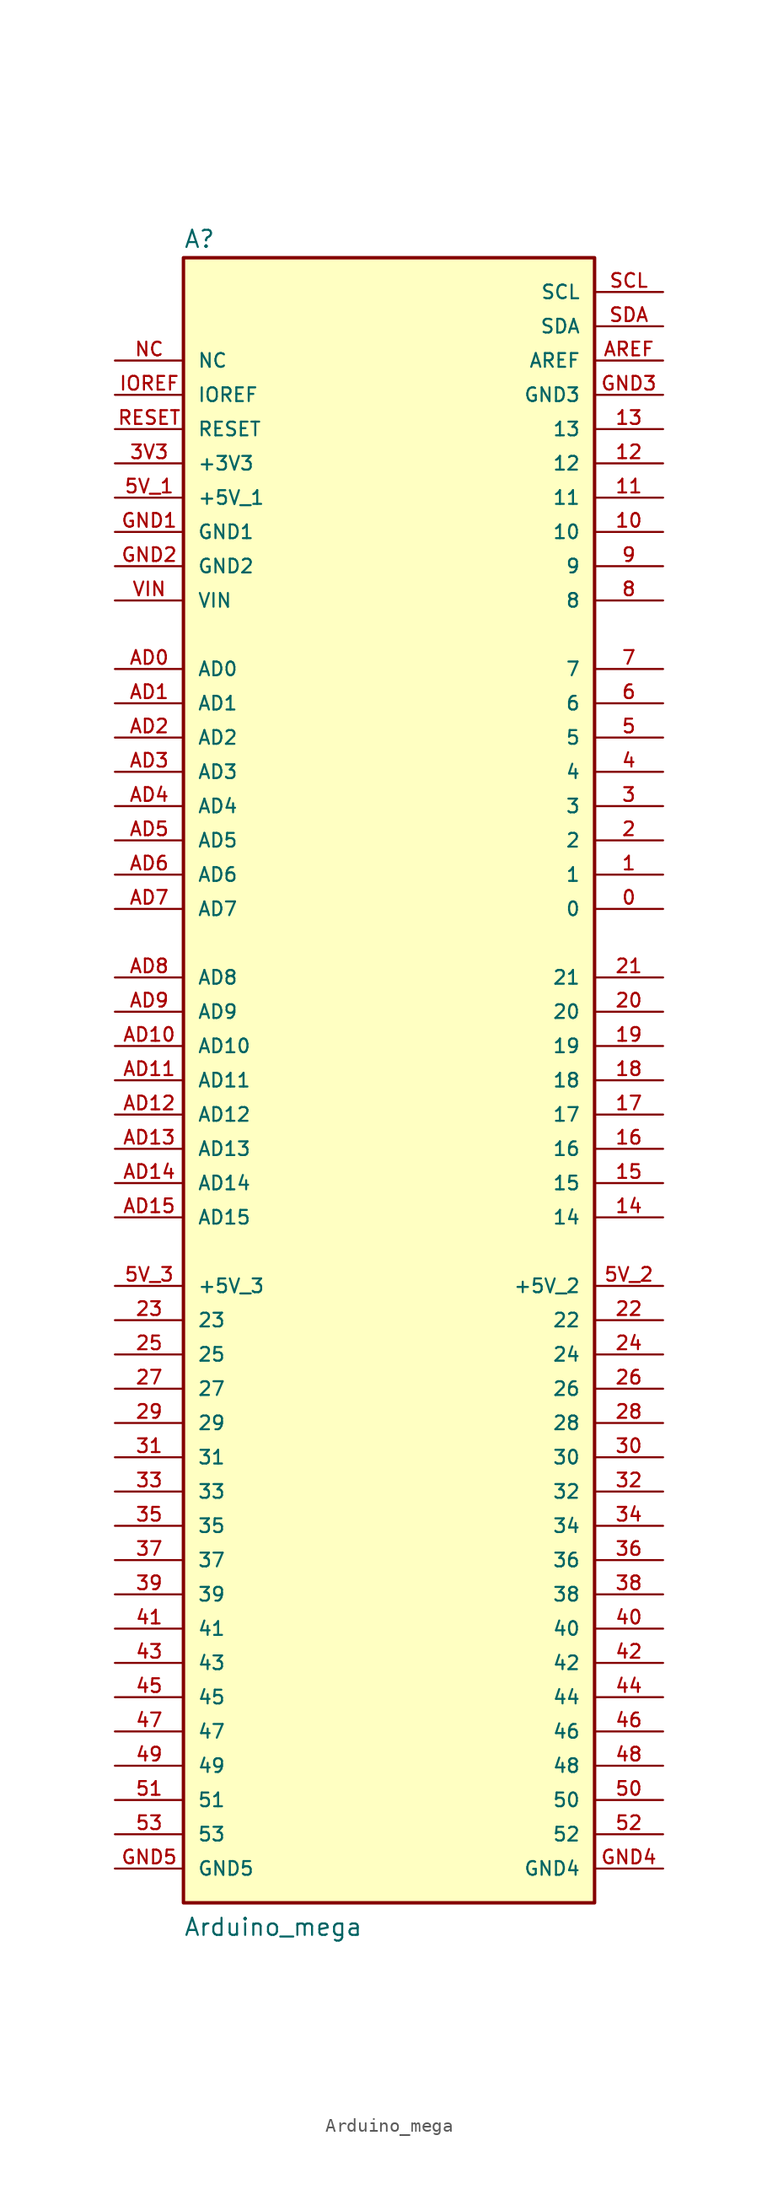
<source format=kicad_sym>
(kicad_symbol_lib
  (version 20211014)
  (generator kicad_symbol_editor)
  (symbol "Arduino_mega"
    (pin_names
      (offset 1.016))
    (property "Reference" "A"
      (at -15.24 61.595 0)
      (effects (font (size 1.27 1.27)) (justify left bottom)))
    (property "Value" "Arduino_mega"
      (at -15.24 -63.5 0)
      (effects (font (size 1.27 1.27)) (justify left bottom)))
    (symbol "Arduino_mega_0_0"
      (rectangle (start -15.24 -60.96) (end 15.24 60.96) (stroke (width 0.254) (type default) (color 0 0 0 0)) (fill (type background)))
      (pin passive line (at 20.32 12.7 180) (length 5.08) (name "0" (effects (font (size 1.016 1.016)))) (number "0" (effects (font (size 1.016 1.016)))))
      (pin passive line (at 20.32 15.24 180) (length 5.08) (name "1" (effects (font (size 1.016 1.016)))) (number "1" (effects (font (size 1.016 1.016)))))
      (pin passive line (at 20.32 40.64 180) (length 5.08) (name "10" (effects (font (size 1.016 1.016)))) (number "10" (effects (font (size 1.016 1.016)))))
      (pin passive line (at 20.32 43.18 180) (length 5.08) (name "11" (effects (font (size 1.016 1.016)))) (number "11" (effects (font (size 1.016 1.016)))))
      (pin passive line (at 20.32 45.72 180) (length 5.08) (name "12" (effects (font (size 1.016 1.016)))) (number "12" (effects (font (size 1.016 1.016)))))
      (pin passive line (at 20.32 48.26 180) (length 5.08) (name "13" (effects (font (size 1.016 1.016)))) (number "13" (effects (font (size 1.016 1.016)))))
      (pin passive line (at 20.32 -10.16 180) (length 5.08) (name "14" (effects (font (size 1.016 1.016)))) (number "14" (effects (font (size 1.016 1.016)))))
      (pin passive line (at 20.32 -7.62 180) (length 5.08) (name "15" (effects (font (size 1.016 1.016)))) (number "15" (effects (font (size 1.016 1.016)))))
      (pin passive line (at 20.32 -5.08 180) (length 5.08) (name "16" (effects (font (size 1.016 1.016)))) (number "16" (effects (font (size 1.016 1.016)))))
      (pin passive line (at 20.32 -2.54 180) (length 5.08) (name "17" (effects (font (size 1.016 1.016)))) (number "17" (effects (font (size 1.016 1.016)))))
      (pin passive line (at 20.32 0 180) (length 5.08) (name "18" (effects (font (size 1.016 1.016)))) (number "18" (effects (font (size 1.016 1.016)))))
      (pin passive line (at 20.32 2.54 180) (length 5.08) (name "19" (effects (font (size 1.016 1.016)))) (number "19" (effects (font (size 1.016 1.016)))))
      (pin passive line (at 20.32 17.78 180) (length 5.08) (name "2" (effects (font (size 1.016 1.016)))) (number "2" (effects (font (size 1.016 1.016)))))
      (pin passive line (at 20.32 5.08 180) (length 5.08) (name "20" (effects (font (size 1.016 1.016)))) (number "20" (effects (font (size 1.016 1.016)))))
      (pin passive line (at 20.32 7.62 180) (length 5.08) (name "21" (effects (font (size 1.016 1.016)))) (number "21" (effects (font (size 1.016 1.016)))))
      (pin passive line (at 20.32 -17.78 180) (length 5.08) (name "22" (effects (font (size 1.016 1.016)))) (number "22" (effects (font (size 1.016 1.016)))))
      (pin passive line (at -20.32 -17.78 0) (length 5.08) (name "23" (effects (font (size 1.016 1.016)))) (number "23" (effects (font (size 1.016 1.016)))))
      (pin passive line (at 20.32 -20.32 180) (length 5.08) (name "24" (effects (font (size 1.016 1.016)))) (number "24" (effects (font (size 1.016 1.016)))))
      (pin passive line (at -20.32 -20.32 0) (length 5.08) (name "25" (effects (font (size 1.016 1.016)))) (number "25" (effects (font (size 1.016 1.016)))))
      (pin passive line (at 20.32 -22.86 180) (length 5.08) (name "26" (effects (font (size 1.016 1.016)))) (number "26" (effects (font (size 1.016 1.016)))))
      (pin passive line (at -20.32 -22.86 0) (length 5.08) (name "27" (effects (font (size 1.016 1.016)))) (number "27" (effects (font (size 1.016 1.016)))))
      (pin passive line (at 20.32 -25.4 180) (length 5.08) (name "28" (effects (font (size 1.016 1.016)))) (number "28" (effects (font (size 1.016 1.016)))))
      (pin passive line (at -20.32 -25.4 0) (length 5.08) (name "29" (effects (font (size 1.016 1.016)))) (number "29" (effects (font (size 1.016 1.016)))))
      (pin passive line (at 20.32 20.32 180) (length 5.08) (name "3" (effects (font (size 1.016 1.016)))) (number "3" (effects (font (size 1.016 1.016)))))
      (pin passive line (at 20.32 -27.94 180) (length 5.08) (name "30" (effects (font (size 1.016 1.016)))) (number "30" (effects (font (size 1.016 1.016)))))
      (pin passive line (at -20.32 -27.94 0) (length 5.08) (name "31" (effects (font (size 1.016 1.016)))) (number "31" (effects (font (size 1.016 1.016)))))
      (pin passive line (at 20.32 -30.48 180) (length 5.08) (name "32" (effects (font (size 1.016 1.016)))) (number "32" (effects (font (size 1.016 1.016)))))
      (pin passive line (at -20.32 -30.48 0) (length 5.08) (name "33" (effects (font (size 1.016 1.016)))) (number "33" (effects (font (size 1.016 1.016)))))
      (pin passive line (at 20.32 -33.02 180) (length 5.08) (name "34" (effects (font (size 1.016 1.016)))) (number "34" (effects (font (size 1.016 1.016)))))
      (pin passive line (at -20.32 -33.02 0) (length 5.08) (name "35" (effects (font (size 1.016 1.016)))) (number "35" (effects (font (size 1.016 1.016)))))
      (pin passive line (at 20.32 -35.56 180) (length 5.08) (name "36" (effects (font (size 1.016 1.016)))) (number "36" (effects (font (size 1.016 1.016)))))
      (pin passive line (at -20.32 -35.56 0) (length 5.08) (name "37" (effects (font (size 1.016 1.016)))) (number "37" (effects (font (size 1.016 1.016)))))
      (pin passive line (at 20.32 -38.1 180) (length 5.08) (name "38" (effects (font (size 1.016 1.016)))) (number "38" (effects (font (size 1.016 1.016)))))
      (pin passive line (at -20.32 -38.1 0) (length 5.08) (name "39" (effects (font (size 1.016 1.016)))) (number "39" (effects (font (size 1.016 1.016)))))
      (pin passive line (at -20.32 45.72 0) (length 5.08) (name "+3V3" (effects (font (size 1.016 1.016)))) (number "3V3" (effects (font (size 1.016 1.016)))))
      (pin passive line (at 20.32 22.86 180) (length 5.08) (name "4" (effects (font (size 1.016 1.016)))) (number "4" (effects (font (size 1.016 1.016)))))
      (pin passive line (at 20.32 -40.64 180) (length 5.08) (name "40" (effects (font (size 1.016 1.016)))) (number "40" (effects (font (size 1.016 1.016)))))
      (pin passive line (at -20.32 -40.64 0) (length 5.08) (name "41" (effects (font (size 1.016 1.016)))) (number "41" (effects (font (size 1.016 1.016)))))
      (pin passive line (at 20.32 -43.18 180) (length 5.08) (name "42" (effects (font (size 1.016 1.016)))) (number "42" (effects (font (size 1.016 1.016)))))
      (pin passive line (at -20.32 -43.18 0) (length 5.08) (name "43" (effects (font (size 1.016 1.016)))) (number "43" (effects (font (size 1.016 1.016)))))
      (pin passive line (at 20.32 -45.72 180) (length 5.08) (name "44" (effects (font (size 1.016 1.016)))) (number "44" (effects (font (size 1.016 1.016)))))
      (pin passive line (at -20.32 -45.72 0) (length 5.08) (name "45" (effects (font (size 1.016 1.016)))) (number "45" (effects (font (size 1.016 1.016)))))
      (pin passive line (at 20.32 -48.26 180) (length 5.08) (name "46" (effects (font (size 1.016 1.016)))) (number "46" (effects (font (size 1.016 1.016)))))
      (pin passive line (at -20.32 -48.26 0) (length 5.08) (name "47" (effects (font (size 1.016 1.016)))) (number "47" (effects (font (size 1.016 1.016)))))
      (pin passive line (at 20.32 -50.8 180) (length 5.08) (name "48" (effects (font (size 1.016 1.016)))) (number "48" (effects (font (size 1.016 1.016)))))
      (pin passive line (at -20.32 -50.8 0) (length 5.08) (name "49" (effects (font (size 1.016 1.016)))) (number "49" (effects (font (size 1.016 1.016)))))
      (pin passive line (at 20.32 25.4 180) (length 5.08) (name "5" (effects (font (size 1.016 1.016)))) (number "5" (effects (font (size 1.016 1.016)))))
      (pin passive line (at 20.32 -53.34 180) (length 5.08) (name "50" (effects (font (size 1.016 1.016)))) (number "50" (effects (font (size 1.016 1.016)))))
      (pin passive line (at -20.32 -53.34 0) (length 5.08) (name "51" (effects (font (size 1.016 1.016)))) (number "51" (effects (font (size 1.016 1.016)))))
      (pin passive line (at 20.32 -55.88 180) (length 5.08) (name "52" (effects (font (size 1.016 1.016)))) (number "52" (effects (font (size 1.016 1.016)))))
      (pin passive line (at -20.32 -55.88 0) (length 5.08) (name "53" (effects (font (size 1.016 1.016)))) (number "53" (effects (font (size 1.016 1.016)))))
      (pin passive line (at -20.32 43.18 0) (length 5.08) (name "+5V_1" (effects (font (size 1.016 1.016)))) (number "5V_1" (effects (font (size 1.016 1.016)))))
      (pin passive line (at 20.32 -15.24 180) (length 5.08) (name "+5V_2" (effects (font (size 1.016 1.016)))) (number "5V_2" (effects (font (size 1.016 1.016)))))
      (pin passive line (at -20.32 -15.24 0) (length 5.08) (name "+5V_3" (effects (font (size 1.016 1.016)))) (number "5V_3" (effects (font (size 1.016 1.016)))))
      (pin passive line (at 20.32 27.94 180) (length 5.08) (name "6" (effects (font (size 1.016 1.016)))) (number "6" (effects (font (size 1.016 1.016)))))
      (pin passive line (at 20.32 30.48 180) (length 5.08) (name "7" (effects (font (size 1.016 1.016)))) (number "7" (effects (font (size 1.016 1.016)))))
      (pin passive line (at 20.32 35.56 180) (length 5.08) (name "8" (effects (font (size 1.016 1.016)))) (number "8" (effects (font (size 1.016 1.016)))))
      (pin passive line (at 20.32 38.1 180) (length 5.08) (name "9" (effects (font (size 1.016 1.016)))) (number "9" (effects (font (size 1.016 1.016)))))
      (pin passive line (at -20.32 30.48 0) (length 5.08) (name "AD0" (effects (font (size 1.016 1.016)))) (number "AD0" (effects (font (size 1.016 1.016)))))
      (pin passive line (at -20.32 27.94 0) (length 5.08) (name "AD1" (effects (font (size 1.016 1.016)))) (number "AD1" (effects (font (size 1.016 1.016)))))
      (pin passive line (at -20.32 2.54 0) (length 5.08) (name "AD10" (effects (font (size 1.016 1.016)))) (number "AD10" (effects (font (size 1.016 1.016)))))
      (pin passive line (at -20.32 0 0) (length 5.08) (name "AD11" (effects (font (size 1.016 1.016)))) (number "AD11" (effects (font (size 1.016 1.016)))))
      (pin passive line (at -20.32 -2.54 0) (length 5.08) (name "AD12" (effects (font (size 1.016 1.016)))) (number "AD12" (effects (font (size 1.016 1.016)))))
      (pin passive line (at -20.32 -5.08 0) (length 5.08) (name "AD13" (effects (font (size 1.016 1.016)))) (number "AD13" (effects (font (size 1.016 1.016)))))
      (pin passive line (at -20.32 -7.62 0) (length 5.08) (name "AD14" (effects (font (size 1.016 1.016)))) (number "AD14" (effects (font (size 1.016 1.016)))))
      (pin passive line (at -20.32 -10.16 0) (length 5.08) (name "AD15" (effects (font (size 1.016 1.016)))) (number "AD15" (effects (font (size 1.016 1.016)))))
      (pin passive line (at -20.32 25.4 0) (length 5.08) (name "AD2" (effects (font (size 1.016 1.016)))) (number "AD2" (effects (font (size 1.016 1.016)))))
      (pin passive line (at -20.32 22.86 0) (length 5.08) (name "AD3" (effects (font (size 1.016 1.016)))) (number "AD3" (effects (font (size 1.016 1.016)))))
      (pin passive line (at -20.32 20.32 0) (length 5.08) (name "AD4" (effects (font (size 1.016 1.016)))) (number "AD4" (effects (font (size 1.016 1.016)))))
      (pin passive line (at -20.32 17.78 0) (length 5.08) (name "AD5" (effects (font (size 1.016 1.016)))) (number "AD5" (effects (font (size 1.016 1.016)))))
      (pin passive line (at -20.32 15.24 0) (length 5.08) (name "AD6" (effects (font (size 1.016 1.016)))) (number "AD6" (effects (font (size 1.016 1.016)))))
      (pin passive line (at -20.32 12.7 0) (length 5.08) (name "AD7" (effects (font (size 1.016 1.016)))) (number "AD7" (effects (font (size 1.016 1.016)))))
      (pin passive line (at -20.32 7.62 0) (length 5.08) (name "AD8" (effects (font (size 1.016 1.016)))) (number "AD8" (effects (font (size 1.016 1.016)))))
      (pin passive line (at -20.32 5.08 0) (length 5.08) (name "AD9" (effects (font (size 1.016 1.016)))) (number "AD9" (effects (font (size 1.016 1.016)))))
      (pin passive line (at 20.32 53.34 180) (length 5.08) (name "AREF" (effects (font (size 1.016 1.016)))) (number "AREF" (effects (font (size 1.016 1.016)))))
      (pin passive line (at -20.32 40.64 0) (length 5.08) (name "GND1" (effects (font (size 1.016 1.016)))) (number "GND1" (effects (font (size 1.016 1.016)))))
      (pin passive line (at -20.32 38.1 0) (length 5.08) (name "GND2" (effects (font (size 1.016 1.016)))) (number "GND2" (effects (font (size 1.016 1.016)))))
      (pin passive line (at 20.32 50.8 180) (length 5.08) (name "GND3" (effects (font (size 1.016 1.016)))) (number "GND3" (effects (font (size 1.016 1.016)))))
      (pin passive line (at 20.32 -58.42 180) (length 5.08) (name "GND4" (effects (font (size 1.016 1.016)))) (number "GND4" (effects (font (size 1.016 1.016)))))
      (pin passive line (at -20.32 -58.42 0) (length 5.08) (name "GND5" (effects (font (size 1.016 1.016)))) (number "GND5" (effects (font (size 1.016 1.016)))))
      (pin passive line (at -20.32 50.8 0) (length 5.08) (name "IOREF" (effects (font (size 1.016 1.016)))) (number "IOREF" (effects (font (size 1.016 1.016)))))
      (pin passive line (at -20.32 53.34 0) (length 5.08) (name "NC" (effects (font (size 1.016 1.016)))) (number "NC" (effects (font (size 1.016 1.016)))))
      (pin passive line (at -20.32 48.26 0) (length 5.08) (name "RESET" (effects (font (size 1.016 1.016)))) (number "RESET" (effects (font (size 1.016 1.016)))))
      (pin passive line (at 20.32 58.42 180) (length 5.08) (name "SCL" (effects (font (size 1.016 1.016)))) (number "SCL" (effects (font (size 1.016 1.016)))))
      (pin passive line (at 20.32 55.88 180) (length 5.08) (name "SDA" (effects (font (size 1.016 1.016)))) (number "SDA" (effects (font (size 1.016 1.016)))))
      (pin passive line (at -20.32 35.56 0) (length 5.08) (name "VIN" (effects (font (size 1.016 1.016)))) (number "VIN" (effects (font (size 1.016 1.016))))))))
</source>
